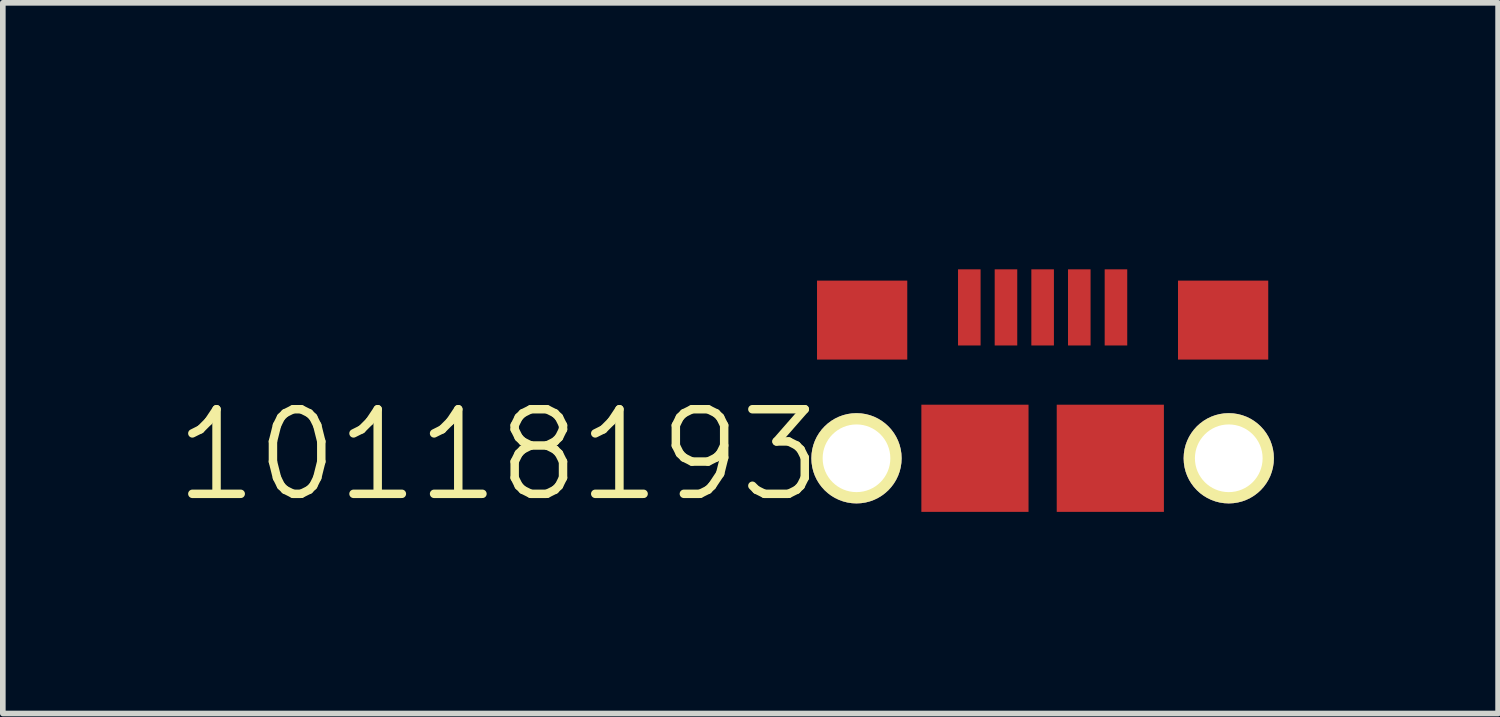
<source format=kicad_pcb>
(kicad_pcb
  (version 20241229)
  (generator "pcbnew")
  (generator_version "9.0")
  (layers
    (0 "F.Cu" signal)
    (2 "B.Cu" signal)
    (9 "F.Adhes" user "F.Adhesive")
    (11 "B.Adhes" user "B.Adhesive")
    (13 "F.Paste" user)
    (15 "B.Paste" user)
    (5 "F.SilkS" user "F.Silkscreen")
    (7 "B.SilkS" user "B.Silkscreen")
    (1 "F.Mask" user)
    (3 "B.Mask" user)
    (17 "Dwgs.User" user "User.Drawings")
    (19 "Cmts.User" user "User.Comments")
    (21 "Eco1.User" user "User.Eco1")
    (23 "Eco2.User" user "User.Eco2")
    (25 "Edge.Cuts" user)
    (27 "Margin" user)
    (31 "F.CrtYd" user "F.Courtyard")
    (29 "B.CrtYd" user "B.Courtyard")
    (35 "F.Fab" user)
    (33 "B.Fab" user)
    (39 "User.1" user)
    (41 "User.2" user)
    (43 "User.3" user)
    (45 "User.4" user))
  (footprint "10118193"
    (layer "F.Cu")
    (at 15.435 5.075)
    (property "Reference" "10118193" (at -9.646 -0.056 0) (layer "F.SilkS") (effects (font (size 1.5 1.5) (thickness 0.15))))
    (attr through_hole)
    (fp_line (start -5 -5) (end 5 -5) (stroke (width 0.15) (type solid)) (layer "Eco1.User"))
    (fp_line (start -5 1.45) (end -5 -5) (stroke (width 0.15) (type solid)) (layer "Eco1.User"))
    (fp_line (start -5 1.45) (end 5 1.45) (stroke (width 0.15) (type solid)) (layer "Eco1.User"))
    (fp_line (start 5 1.45) (end 5 -5) (stroke (width 0.15) (type solid)) (layer "Eco1.User"))
    (pad "" np_thru_hole circle (at -3.3 0) (size 1.6 1.6) (drill 1.2) (layers "*.Cu" "*.Mask" "F.SilkS"))
    (pad "" np_thru_hole circle (at 3.3 0) (size 1.6 1.6) (drill 1.2) (layers "*.Cu" "*.Mask" "F.SilkS"))
    (pad "1" smd rect (at -1.3 -2.675) (size 0.4 1.35) (layers "F.Cu" "F.Mask" "F.Paste"))
    (pad "2" smd rect (at -0.65 -2.675) (size 0.4 1.35) (layers "F.Cu" "F.Mask" "F.Paste"))
    (pad "3" smd rect (at 0 -2.675) (size 0.4 1.35) (layers "F.Cu" "F.Mask" "F.Paste"))
    (pad "4" smd rect (at 0.65 -2.675) (size 0.4 1.35) (layers "F.Cu" "F.Mask" "F.Paste"))
    (pad "5" smd rect (at 1.3 -2.675) (size 0.4 1.35) (layers "F.Cu" "F.Mask" "F.Paste"))
    (pad "6" smd rect (at -3.2 -2.45) (size 1.6 1.4) (layers "F.Cu" "F.Mask" "F.Paste"))
    (pad "7" smd rect (at 3.2 -2.45) (size 1.6 1.4) (layers "F.Cu" "F.Mask" "F.Paste"))
    (pad "8" smd rect (at -1.2 0) (size 1.9 1.9) (layers "F.Cu" "F.Mask" "F.Paste"))
    (pad "9" smd rect (at 1.2 0) (size 1.9 1.9) (layers "F.Cu" "F.Mask" "F.Paste")))
  (gr_rect
    (start -3 -3)
    (end 23.51 9.6)
    (stroke (width 0.1) (type default))
    (fill no)
    (layer "Edge.Cuts")))
</source>
